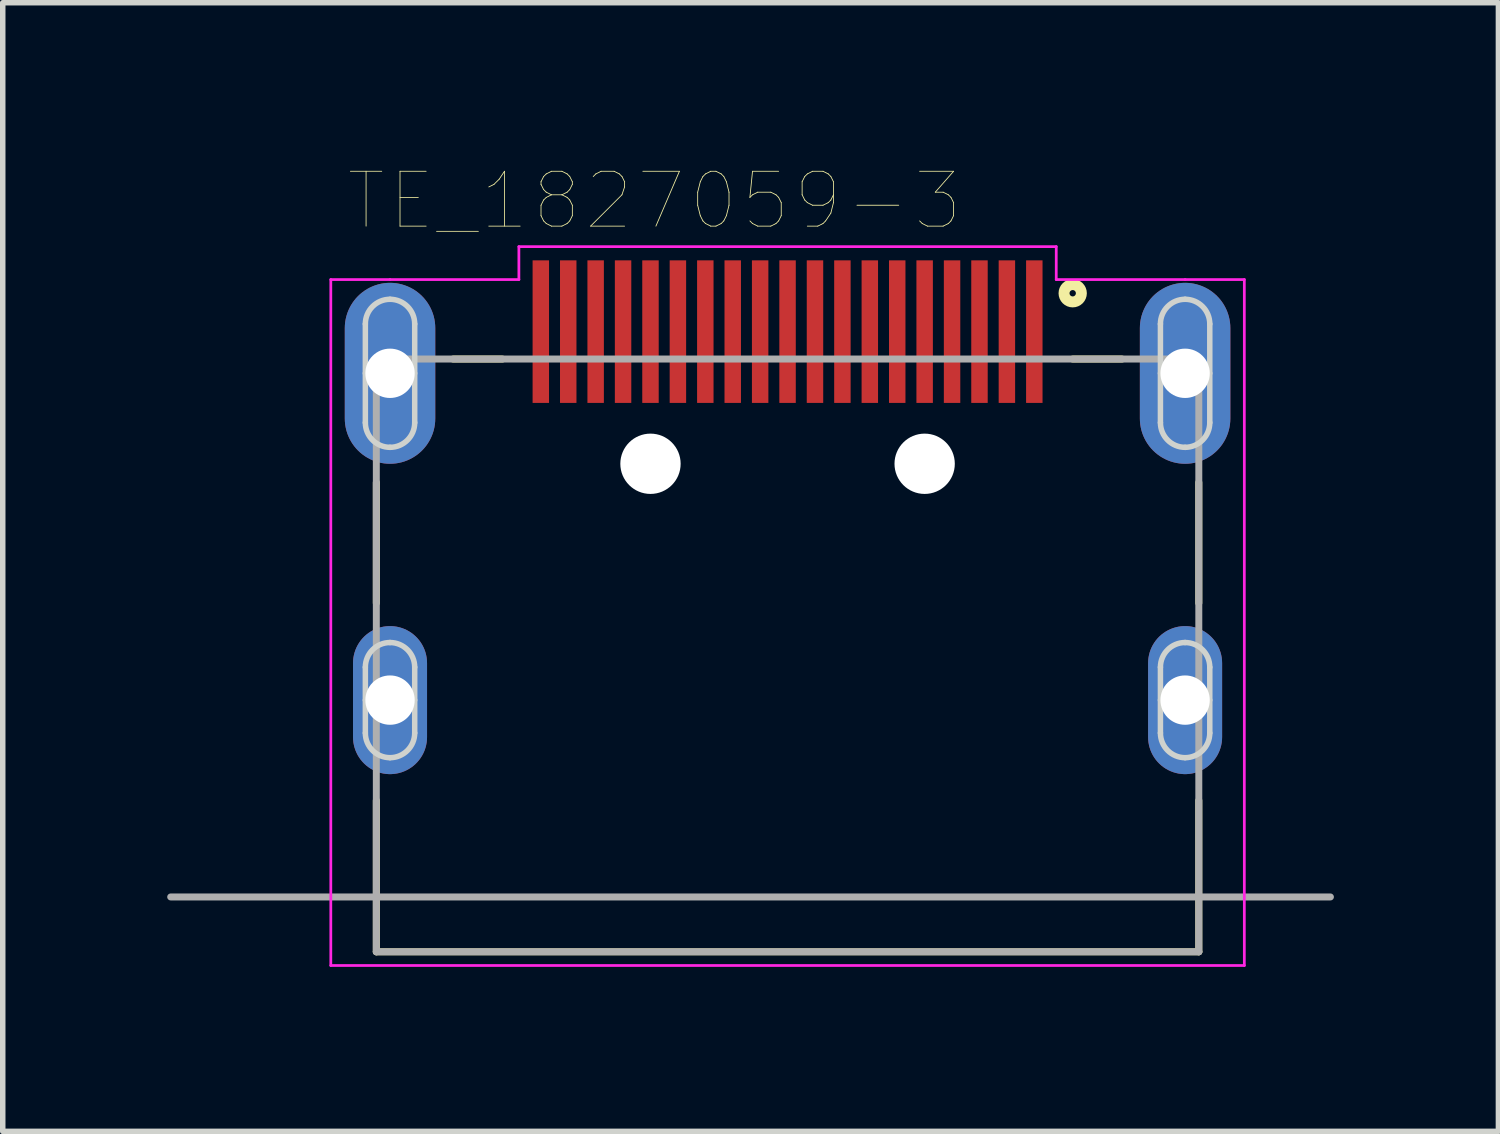
<source format=kicad_pcb>
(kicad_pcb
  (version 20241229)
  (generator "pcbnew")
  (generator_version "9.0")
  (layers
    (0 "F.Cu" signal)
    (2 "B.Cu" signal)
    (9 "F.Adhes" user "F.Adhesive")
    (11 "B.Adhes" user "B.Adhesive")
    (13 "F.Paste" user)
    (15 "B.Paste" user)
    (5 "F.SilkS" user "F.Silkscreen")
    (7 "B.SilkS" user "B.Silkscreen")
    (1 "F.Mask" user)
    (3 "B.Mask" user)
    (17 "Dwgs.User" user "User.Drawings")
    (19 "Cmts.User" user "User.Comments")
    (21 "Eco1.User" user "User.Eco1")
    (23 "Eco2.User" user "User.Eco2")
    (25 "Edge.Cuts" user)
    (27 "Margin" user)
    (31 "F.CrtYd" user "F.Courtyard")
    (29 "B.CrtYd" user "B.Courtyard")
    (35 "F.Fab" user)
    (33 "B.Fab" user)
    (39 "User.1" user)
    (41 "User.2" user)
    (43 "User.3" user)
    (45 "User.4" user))
  (footprint "TE_1827059-3"
    (layer "F.Cu")
    (at 11.313 7.998)
    (property "Reference" "TE_1827059-3" (at -2.425 -7.386 0) (layer "F.SilkS") (effects (font (size 1 1) (thickness 0.015))))
    (attr through_hole)
    (fp_line (start -7.5 -2.25) (end -7.5 -0.05) (stroke (width 0.127) (type solid)) (layer "F.SilkS"))
    (fp_line (start -7.5 6.31) (end -7.5 3.55) (stroke (width 0.127) (type solid)) (layer "F.SilkS"))
    (fp_line (start -7.5 6.31) (end 7.5 6.31) (stroke (width 0.127) (type solid)) (layer "F.SilkS"))
    (fp_line (start -6.1 -4.5) (end -5.2 -4.5) (stroke (width 0.127) (type solid)) (layer "F.SilkS"))
    (fp_line (start 5.2 -4.5) (end 6.1 -4.5) (stroke (width 0.127) (type solid)) (layer "F.SilkS"))
    (fp_line (start 7.5 -0.05) (end 7.5 -2.25) (stroke (width 0.127) (type solid)) (layer "F.SilkS"))
    (fp_line (start 7.5 6.31) (end 7.5 3.55) (stroke (width 0.127) (type solid)) (layer "F.SilkS"))
    (fp_circle (center 5.2 -5.7) (end 5.358 -5.7) (stroke (width 0.2) (type solid)) (fill no) (layer "F.SilkS"))
    (fp_line (start -7.7 -4.24) (end -7.7 -5.14) (stroke (width 0.1) (type solid)) (layer "Edge.Cuts"))
    (fp_line (start -7.7 -3.34) (end -7.7 -4.24) (stroke (width 0.1) (type solid)) (layer "Edge.Cuts"))
    (fp_line (start -7.7 1.72) (end -7.7 1.12) (stroke (width 0.1) (type solid)) (layer "Edge.Cuts"))
    (fp_line (start -7.7 2.32) (end -7.7 1.72) (stroke (width 0.1) (type solid)) (layer "Edge.Cuts"))
    (fp_line (start -6.8 -5.14) (end -6.8 -4.24) (stroke (width 0.1) (type solid)) (layer "Edge.Cuts"))
    (fp_line (start -6.8 -4.24) (end -6.8 -3.34) (stroke (width 0.1) (type solid)) (layer "Edge.Cuts"))
    (fp_line (start -6.8 1.12) (end -6.8 1.72) (stroke (width 0.1) (type solid)) (layer "Edge.Cuts"))
    (fp_line (start -6.8 1.72) (end -6.8 2.32) (stroke (width 0.1) (type solid)) (layer "Edge.Cuts"))
    (fp_line (start 6.8 -4.24) (end 6.8 -5.14) (stroke (width 0.1) (type solid)) (layer "Edge.Cuts"))
    (fp_line (start 6.8 -3.34) (end 6.8 -4.24) (stroke (width 0.1) (type solid)) (layer "Edge.Cuts"))
    (fp_line (start 6.8 1.72) (end 6.8 1.12) (stroke (width 0.1) (type solid)) (layer "Edge.Cuts"))
    (fp_line (start 6.8 2.32) (end 6.8 1.72) (stroke (width 0.1) (type solid)) (layer "Edge.Cuts"))
    (fp_line (start 7.7 -5.14) (end 7.7 -4.24) (stroke (width 0.1) (type solid)) (layer "Edge.Cuts"))
    (fp_line (start 7.7 -4.24) (end 7.7 -3.34) (stroke (width 0.1) (type solid)) (layer "Edge.Cuts"))
    (fp_line (start 7.7 1.12) (end 7.7 1.72) (stroke (width 0.1) (type solid)) (layer "Edge.Cuts"))
    (fp_line (start 7.7 1.72) (end 7.7 2.32) (stroke (width 0.1) (type solid)) (layer "Edge.Cuts"))
    (fp_arc (start -7.7 -5.14) (mid -7.568198 -5.458198) (end -7.25 -5.59) (stroke (width 0.1) (type solid)) (layer "Edge.Cuts"))
    (fp_arc (start -7.7 1.12) (mid -7.568198 0.801802) (end -7.25 0.67) (stroke (width 0.1) (type solid)) (layer "Edge.Cuts"))
    (fp_arc (start -7.25 -5.59) (mid -6.931802 -5.458198) (end -6.8 -5.14) (stroke (width 0.1) (type solid)) (layer "Edge.Cuts"))
    (fp_arc (start -7.25 -2.89) (mid -7.568198 -3.021802) (end -7.7 -3.34) (stroke (width 0.1) (type solid)) (layer "Edge.Cuts"))
    (fp_arc (start -7.25 0.67) (mid -6.931802 0.801802) (end -6.8 1.12) (stroke (width 0.1) (type solid)) (layer "Edge.Cuts"))
    (fp_arc (start -7.25 2.77) (mid -7.568198 2.638198) (end -7.7 2.32) (stroke (width 0.1) (type solid)) (layer "Edge.Cuts"))
    (fp_arc (start -6.8 -3.34) (mid -6.931802 -3.021802) (end -7.25 -2.89) (stroke (width 0.1) (type solid)) (layer "Edge.Cuts"))
    (fp_arc (start -6.8 2.32) (mid -6.931802 2.638198) (end -7.25 2.77) (stroke (width 0.1) (type solid)) (layer "Edge.Cuts"))
    (fp_arc (start 6.8 -5.14) (mid 6.931802 -5.458198) (end 7.25 -5.59) (stroke (width 0.1) (type solid)) (layer "Edge.Cuts"))
    (fp_arc (start 6.8 1.12) (mid 6.931802 0.801802) (end 7.25 0.67) (stroke (width 0.1) (type solid)) (layer "Edge.Cuts"))
    (fp_arc (start 7.25 -5.59) (mid 7.568198 -5.458198) (end 7.7 -5.14) (stroke (width 0.1) (type solid)) (layer "Edge.Cuts"))
    (fp_arc (start 7.25 -2.89) (mid 6.931802 -3.021802) (end 6.8 -3.34) (stroke (width 0.1) (type solid)) (layer "Edge.Cuts"))
    (fp_arc (start 7.25 0.67) (mid 7.568198 0.801802) (end 7.7 1.12) (stroke (width 0.1) (type solid)) (layer "Edge.Cuts"))
    (fp_arc (start 7.25 2.77) (mid 6.931802 2.638198) (end 6.8 2.32) (stroke (width 0.1) (type solid)) (layer "Edge.Cuts"))
    (fp_arc (start 7.7 -3.34) (mid 7.568198 -3.021802) (end 7.25 -2.89) (stroke (width 0.1) (type solid)) (layer "Edge.Cuts"))
    (fp_arc (start 7.7 2.32) (mid 7.568198 2.638198) (end 7.25 2.77) (stroke (width 0.1) (type solid)) (layer "Edge.Cuts"))
    (fp_line (start -8.33 -5.95) (end -7.25 -5.95) (stroke (width 0.05) (type solid)) (layer "F.CrtYd"))
    (fp_line (start -8.33 6.56) (end -8.33 -5.95) (stroke (width 0.05) (type solid)) (layer "F.CrtYd"))
    (fp_line (start -7.25 -5.95) (end -4.9 -5.95) (stroke (width 0.05) (type solid)) (layer "F.CrtYd"))
    (fp_line (start -4.9 -6.55) (end 4.9 -6.55) (stroke (width 0.05) (type solid)) (layer "F.CrtYd"))
    (fp_line (start -4.9 -5.95) (end -4.9 -6.55) (stroke (width 0.05) (type solid)) (layer "F.CrtYd"))
    (fp_line (start 4.9 -6.55) (end 4.9 -5.95) (stroke (width 0.05) (type solid)) (layer "F.CrtYd"))
    (fp_line (start 4.9 -5.95) (end 7.25 -5.95) (stroke (width 0.05) (type solid)) (layer "F.CrtYd"))
    (fp_line (start 7.25 -5.95) (end 8.33 -5.95) (stroke (width 0.05) (type solid)) (layer "F.CrtYd"))
    (fp_line (start 8.33 -5.95) (end 8.33 6.56) (stroke (width 0.05) (type solid)) (layer "F.CrtYd"))
    (fp_line (start 8.33 6.56) (end -8.33 6.56) (stroke (width 0.05) (type solid)) (layer "F.CrtYd"))
    (fp_line (start -11.25 5.31) (end 9.9 5.31) (stroke (width 0.127) (type solid)) (layer "F.Fab"))
    (fp_line (start -7.5 -4.5) (end 7.5 -4.5) (stroke (width 0.127) (type solid)) (layer "F.Fab"))
    (fp_line (start -7.5 6.31) (end -7.5 -4.5) (stroke (width 0.127) (type solid)) (layer "F.Fab"))
    (fp_line (start -7.5 6.31) (end 7.5 6.31) (stroke (width 0.127) (type solid)) (layer "F.Fab"))
    (fp_line (start 7.5 -4.5) (end 7.5 6.31) (stroke (width 0.127) (type solid)) (layer "F.Fab"))
    (pad "" np_thru_hole circle (at -2.5 -2.59) (size 1.1 1.1) (drill 1.1) (layers "*.Cu" "*.Mask"))
    (pad "" np_thru_hole circle (at 2.5 -2.59) (size 1.1 1.1) (drill 1.1) (layers "*.Cu" "*.Mask"))
    (pad "1" smd rect (at 4.5 -5) (size 0.3 2.6) (layers "F.Cu" "F.Mask" "F.Paste"))
    (pad "2" smd rect (at 4 -5) (size 0.3 2.6) (layers "F.Cu" "F.Mask" "F.Paste"))
    (pad "3" smd rect (at 3.5 -5) (size 0.3 2.6) (layers "F.Cu" "F.Mask" "F.Paste"))
    (pad "4" smd rect (at 3 -5) (size 0.3 2.6) (layers "F.Cu" "F.Mask" "F.Paste"))
    (pad "5" smd rect (at 2.5 -5) (size 0.3 2.6) (layers "F.Cu" "F.Mask" "F.Paste"))
    (pad "6" smd rect (at 2 -5) (size 0.3 2.6) (layers "F.Cu" "F.Mask" "F.Paste"))
    (pad "7" smd rect (at 1.5 -5) (size 0.3 2.6) (layers "F.Cu" "F.Mask" "F.Paste"))
    (pad "8" smd rect (at 1 -5) (size 0.3 2.6) (layers "F.Cu" "F.Mask" "F.Paste"))
    (pad "9" smd rect (at 0.5 -5) (size 0.3 2.6) (layers "F.Cu" "F.Mask" "F.Paste"))
    (pad "10" smd rect (at 0 -5) (size 0.3 2.6) (layers "F.Cu" "F.Mask" "F.Paste"))
    (pad "11" smd rect (at -0.5 -5) (size 0.3 2.6) (layers "F.Cu" "F.Mask" "F.Paste"))
    (pad "12" smd rect (at -1 -5) (size 0.3 2.6) (layers "F.Cu" "F.Mask" "F.Paste"))
    (pad "13" smd rect (at -1.5 -5) (size 0.3 2.6) (layers "F.Cu" "F.Mask" "F.Paste"))
    (pad "14" smd rect (at -2 -5) (size 0.3 2.6) (layers "F.Cu" "F.Mask" "F.Paste"))
    (pad "15" smd rect (at -2.5 -5) (size 0.3 2.6) (layers "F.Cu" "F.Mask" "F.Paste"))
    (pad "16" smd rect (at -3 -5) (size 0.3 2.6) (layers "F.Cu" "F.Mask" "F.Paste"))
    (pad "17" smd rect (at -3.5 -5) (size 0.3 2.6) (layers "F.Cu" "F.Mask" "F.Paste"))
    (pad "18" smd rect (at -4 -5) (size 0.3 2.6) (layers "F.Cu" "F.Mask" "F.Paste"))
    (pad "19" smd rect (at -4.5 -5) (size 0.3 2.6) (layers "F.Cu" "F.Mask" "F.Paste"))
    (pad "S1" thru_hole oval (at 7.25 -4.24) (size 1.65 3.3) (drill 0.9) (layers "*.Cu" "*.Mask"))
    (pad "S2" thru_hole oval (at -7.25 -4.24) (size 1.65 3.3) (drill 0.9) (layers "*.Cu" "*.Mask"))
    (pad "S3" thru_hole oval (at -7.25 1.72) (size 1.35 2.7) (drill 0.9) (layers "*.Cu" "*.Mask"))
    (pad "S4" thru_hole oval (at 7.25 1.72) (size 1.35 2.7) (drill 0.9) (layers "*.Cu" "*.Mask")))
  (gr_rect
    (start -3 -3)
    (end 24.277 17.583)
    (stroke (width 0.1) (type default))
    (fill no)
    (layer "Edge.Cuts")))
</source>
